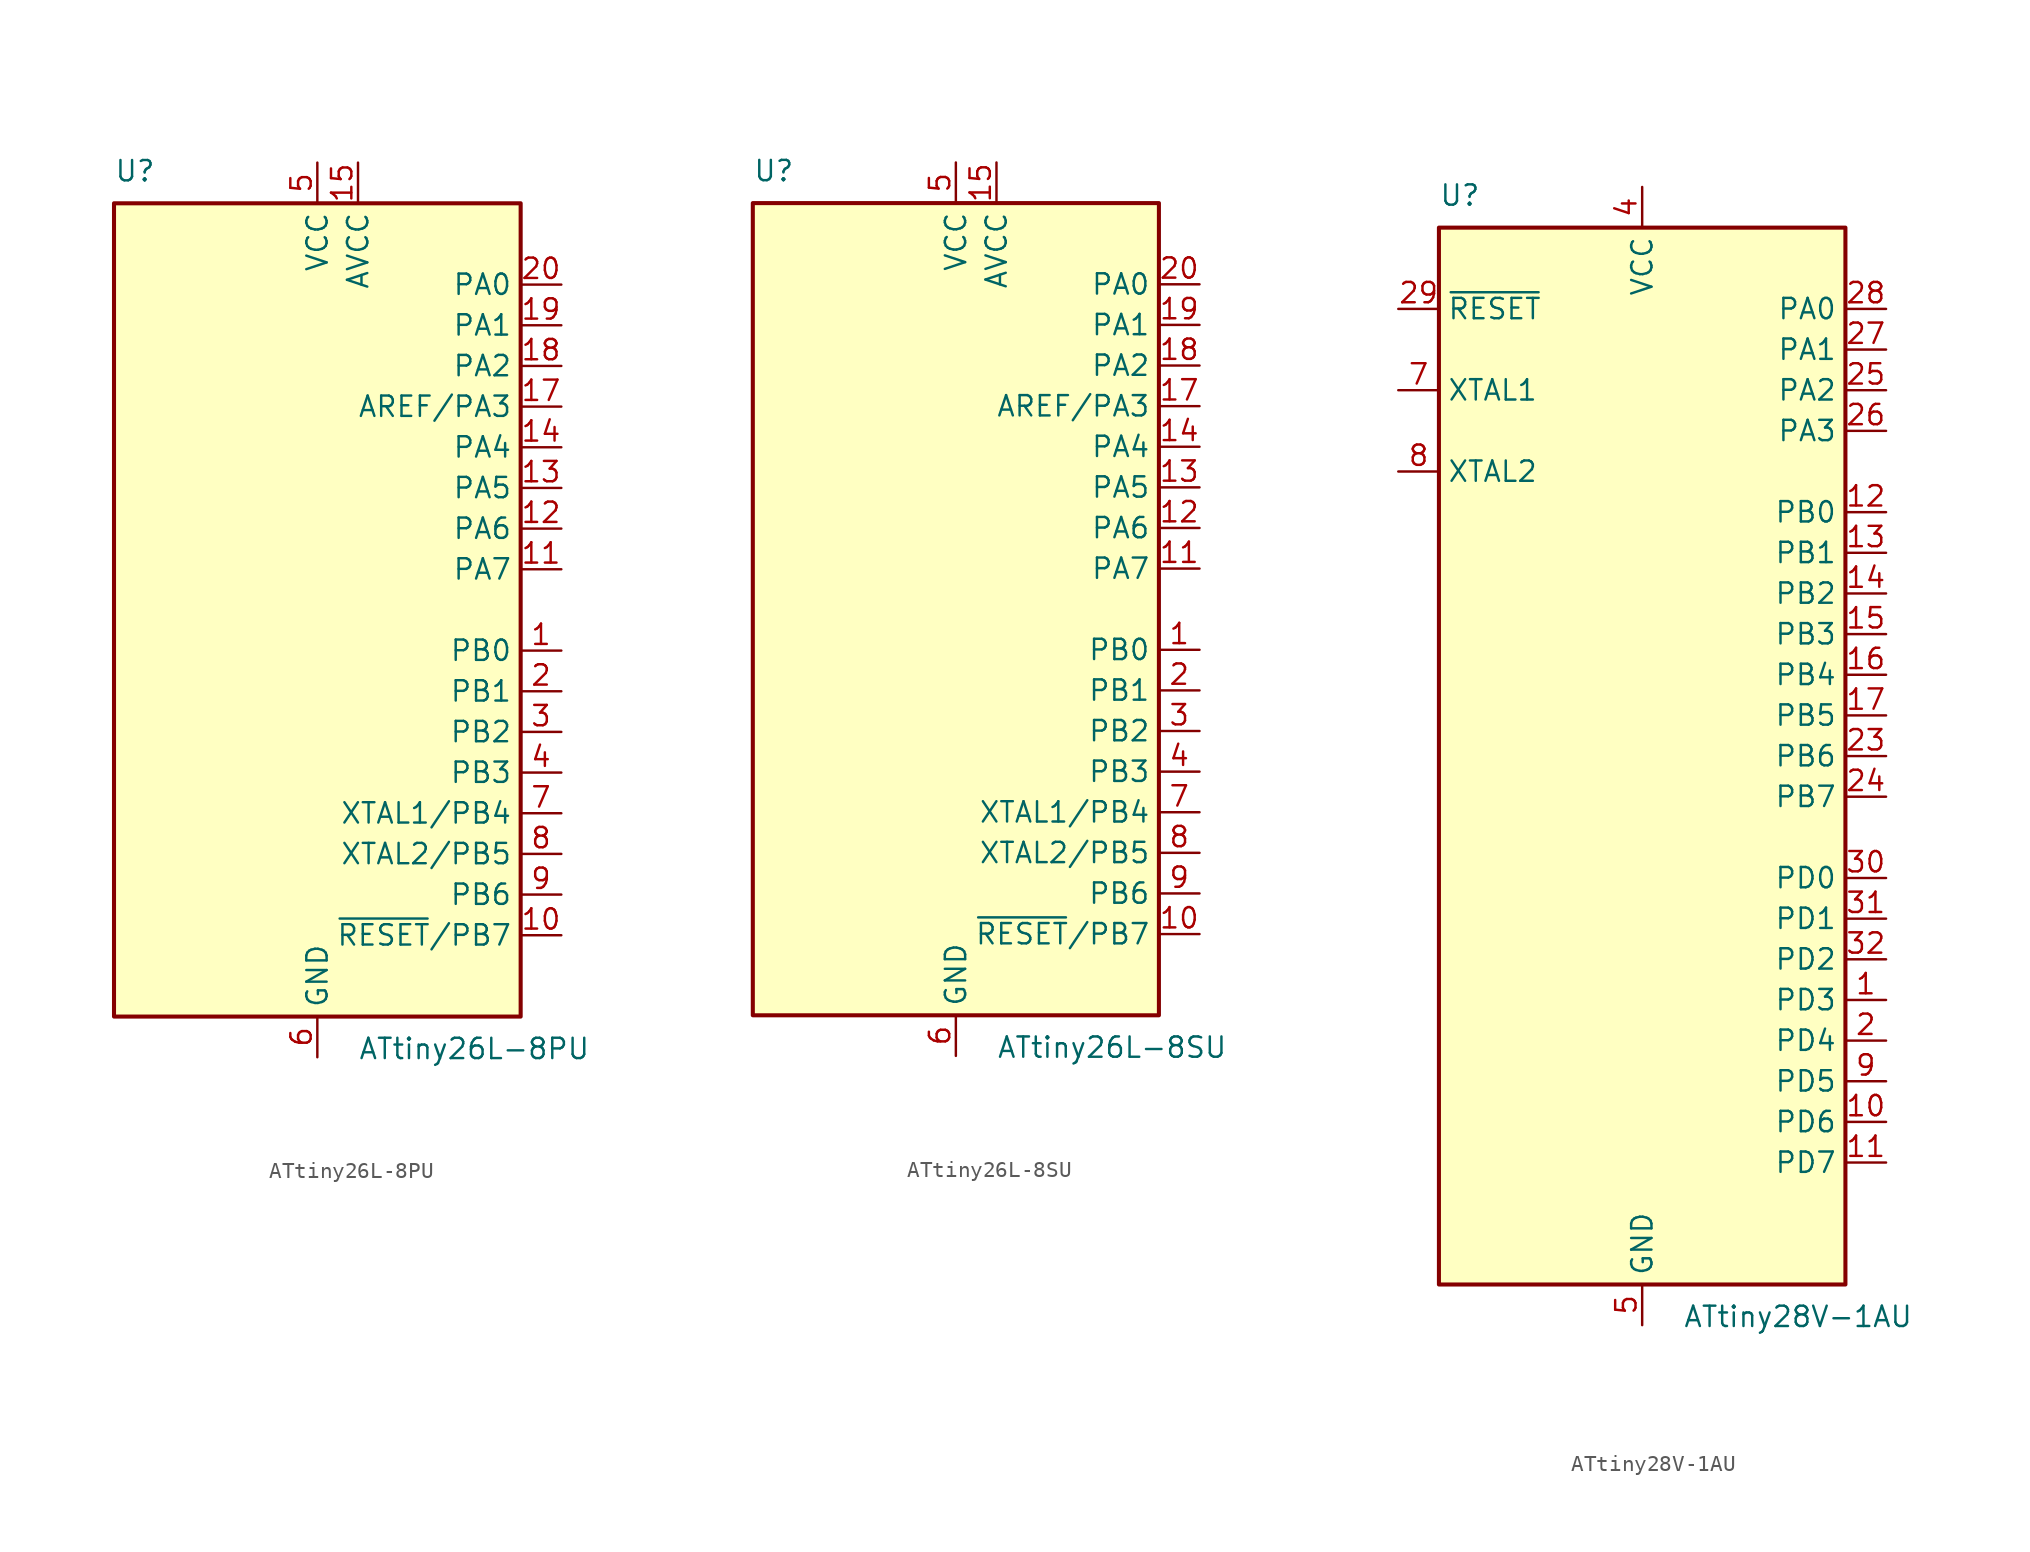
<source format=kicad_sym>
(kicad_symbol_lib
  (version 20211014)
  (generator kicad_symbol_editor)
  (symbol "ATtiny26L-8PU"
    (property "Reference" "U"
      (at -12.7 26.67 0)
      (effects (font (size 1.27 1.27)) (justify left bottom)))
    (property "Value" "ATtiny26L-8PU"
      (at 2.54 -26.67 0)
      (effects (font (size 1.27 1.27)) (justify left top)))
    (symbol "ATtiny26L-8PU_0_1"
      (rectangle (start -12.7 -25.4) (end 12.7 25.4) (stroke (width 0.254) (type default) (color 0 0 0 0)) (fill (type background))))
    (symbol "ATtiny26L-8PU_1_1"
      (pin bidirectional line (at 15.24 -2.54 180) (length 2.54) (name "PB0" (effects (font (size 1.27 1.27)))) (number "1" (effects (font (size 1.27 1.27)))))
      (pin bidirectional line (at 15.24 -20.32 180) (length 2.54) (name "~{RESET}/PB7" (effects (font (size 1.27 1.27)))) (number "10" (effects (font (size 1.27 1.27)))))
      (pin bidirectional line (at 15.24 2.54 180) (length 2.54) (name "PA7" (effects (font (size 1.27 1.27)))) (number "11" (effects (font (size 1.27 1.27)))))
      (pin bidirectional line (at 15.24 5.08 180) (length 2.54) (name "PA6" (effects (font (size 1.27 1.27)))) (number "12" (effects (font (size 1.27 1.27)))))
      (pin bidirectional line (at 15.24 7.62 180) (length 2.54) (name "PA5" (effects (font (size 1.27 1.27)))) (number "13" (effects (font (size 1.27 1.27)))))
      (pin bidirectional line (at 15.24 10.16 180) (length 2.54) (name "PA4" (effects (font (size 1.27 1.27)))) (number "14" (effects (font (size 1.27 1.27)))))
      (pin power_in line (at 2.54 27.94 270) (length 2.54) (name "AVCC" (effects (font (size 1.27 1.27)))) (number "15" (effects (font (size 1.27 1.27)))))
      (pin passive line (at 0 -27.94 90) (length 2.54) hide (name "GND" (effects (font (size 1.27 1.27)))) (number "16" (effects (font (size 1.27 1.27)))))
      (pin bidirectional line (at 15.24 12.7 180) (length 2.54) (name "AREF/PA3" (effects (font (size 1.27 1.27)))) (number "17" (effects (font (size 1.27 1.27)))))
      (pin bidirectional line (at 15.24 15.24 180) (length 2.54) (name "PA2" (effects (font (size 1.27 1.27)))) (number "18" (effects (font (size 1.27 1.27)))))
      (pin bidirectional line (at 15.24 17.78 180) (length 2.54) (name "PA1" (effects (font (size 1.27 1.27)))) (number "19" (effects (font (size 1.27 1.27)))))
      (pin bidirectional line (at 15.24 -5.08 180) (length 2.54) (name "PB1" (effects (font (size 1.27 1.27)))) (number "2" (effects (font (size 1.27 1.27)))))
      (pin bidirectional line (at 15.24 20.32 180) (length 2.54) (name "PA0" (effects (font (size 1.27 1.27)))) (number "20" (effects (font (size 1.27 1.27)))))
      (pin bidirectional line (at 15.24 -7.62 180) (length 2.54) (name "PB2" (effects (font (size 1.27 1.27)))) (number "3" (effects (font (size 1.27 1.27)))))
      (pin bidirectional line (at 15.24 -10.16 180) (length 2.54) (name "PB3" (effects (font (size 1.27 1.27)))) (number "4" (effects (font (size 1.27 1.27)))))
      (pin power_in line (at 0 27.94 270) (length 2.54) (name "VCC" (effects (font (size 1.27 1.27)))) (number "5" (effects (font (size 1.27 1.27)))))
      (pin power_in line (at 0 -27.94 90) (length 2.54) (name "GND" (effects (font (size 1.27 1.27)))) (number "6" (effects (font (size 1.27 1.27)))))
      (pin bidirectional line (at 15.24 -12.7 180) (length 2.54) (name "XTAL1/PB4" (effects (font (size 1.27 1.27)))) (number "7" (effects (font (size 1.27 1.27)))))
      (pin bidirectional line (at 15.24 -15.24 180) (length 2.54) (name "XTAL2/PB5" (effects (font (size 1.27 1.27)))) (number "8" (effects (font (size 1.27 1.27)))))
      (pin bidirectional line (at 15.24 -17.78 180) (length 2.54) (name "PB6" (effects (font (size 1.27 1.27)))) (number "9" (effects (font (size 1.27 1.27)))))))
  (symbol "ATtiny26L-8SU"
    (property "Reference" "U"
      (at -12.7 26.67 0)
      (effects (font (size 1.27 1.27)) (justify left bottom)))
    (property "Value" "ATtiny26L-8SU"
      (at 2.54 -26.67 0)
      (effects (font (size 1.27 1.27)) (justify left top)))
    (symbol "ATtiny26L-8SU_0_1"
      (rectangle (start -12.7 -25.4) (end 12.7 25.4) (stroke (width 0.254) (type default) (color 0 0 0 0)) (fill (type background))))
    (symbol "ATtiny26L-8SU_1_1"
      (pin bidirectional line (at 15.24 -2.54 180) (length 2.54) (name "PB0" (effects (font (size 1.27 1.27)))) (number "1" (effects (font (size 1.27 1.27)))))
      (pin bidirectional line (at 15.24 -20.32 180) (length 2.54) (name "~{RESET}/PB7" (effects (font (size 1.27 1.27)))) (number "10" (effects (font (size 1.27 1.27)))))
      (pin bidirectional line (at 15.24 2.54 180) (length 2.54) (name "PA7" (effects (font (size 1.27 1.27)))) (number "11" (effects (font (size 1.27 1.27)))))
      (pin bidirectional line (at 15.24 5.08 180) (length 2.54) (name "PA6" (effects (font (size 1.27 1.27)))) (number "12" (effects (font (size 1.27 1.27)))))
      (pin bidirectional line (at 15.24 7.62 180) (length 2.54) (name "PA5" (effects (font (size 1.27 1.27)))) (number "13" (effects (font (size 1.27 1.27)))))
      (pin bidirectional line (at 15.24 10.16 180) (length 2.54) (name "PA4" (effects (font (size 1.27 1.27)))) (number "14" (effects (font (size 1.27 1.27)))))
      (pin power_in line (at 2.54 27.94 270) (length 2.54) (name "AVCC" (effects (font (size 1.27 1.27)))) (number "15" (effects (font (size 1.27 1.27)))))
      (pin passive line (at 0 -27.94 90) (length 2.54) hide (name "GND" (effects (font (size 1.27 1.27)))) (number "16" (effects (font (size 1.27 1.27)))))
      (pin bidirectional line (at 15.24 12.7 180) (length 2.54) (name "AREF/PA3" (effects (font (size 1.27 1.27)))) (number "17" (effects (font (size 1.27 1.27)))))
      (pin bidirectional line (at 15.24 15.24 180) (length 2.54) (name "PA2" (effects (font (size 1.27 1.27)))) (number "18" (effects (font (size 1.27 1.27)))))
      (pin bidirectional line (at 15.24 17.78 180) (length 2.54) (name "PA1" (effects (font (size 1.27 1.27)))) (number "19" (effects (font (size 1.27 1.27)))))
      (pin bidirectional line (at 15.24 -5.08 180) (length 2.54) (name "PB1" (effects (font (size 1.27 1.27)))) (number "2" (effects (font (size 1.27 1.27)))))
      (pin bidirectional line (at 15.24 20.32 180) (length 2.54) (name "PA0" (effects (font (size 1.27 1.27)))) (number "20" (effects (font (size 1.27 1.27)))))
      (pin bidirectional line (at 15.24 -7.62 180) (length 2.54) (name "PB2" (effects (font (size 1.27 1.27)))) (number "3" (effects (font (size 1.27 1.27)))))
      (pin bidirectional line (at 15.24 -10.16 180) (length 2.54) (name "PB3" (effects (font (size 1.27 1.27)))) (number "4" (effects (font (size 1.27 1.27)))))
      (pin power_in line (at 0 27.94 270) (length 2.54) (name "VCC" (effects (font (size 1.27 1.27)))) (number "5" (effects (font (size 1.27 1.27)))))
      (pin power_in line (at 0 -27.94 90) (length 2.54) (name "GND" (effects (font (size 1.27 1.27)))) (number "6" (effects (font (size 1.27 1.27)))))
      (pin bidirectional line (at 15.24 -12.7 180) (length 2.54) (name "XTAL1/PB4" (effects (font (size 1.27 1.27)))) (number "7" (effects (font (size 1.27 1.27)))))
      (pin bidirectional line (at 15.24 -15.24 180) (length 2.54) (name "XTAL2/PB5" (effects (font (size 1.27 1.27)))) (number "8" (effects (font (size 1.27 1.27)))))
      (pin bidirectional line (at 15.24 -17.78 180) (length 2.54) (name "PB6" (effects (font (size 1.27 1.27)))) (number "9" (effects (font (size 1.27 1.27)))))))
  (symbol "ATtiny28V-1AU"
    (property "Reference" "U"
      (at -12.7 34.29 0)
      (effects (font (size 1.27 1.27)) (justify left bottom)))
    (property "Value" "ATtiny28V-1AU"
      (at 2.54 -34.29 0)
      (effects (font (size 1.27 1.27)) (justify left top)))
    (symbol "ATtiny28V-1AU_0_1"
      (rectangle (start -12.7 -33.02) (end 12.7 33.02) (stroke (width 0.254) (type default) (color 0 0 0 0)) (fill (type background))))
    (symbol "ATtiny28V-1AU_1_1"
      (pin bidirectional line (at 15.24 -15.24 180) (length 2.54) (name "PD3" (effects (font (size 1.27 1.27)))) (number "1" (effects (font (size 1.27 1.27)))))
      (pin bidirectional line (at 15.24 -22.86 180) (length 2.54) (name "PD6" (effects (font (size 1.27 1.27)))) (number "10" (effects (font (size 1.27 1.27)))))
      (pin bidirectional line (at 15.24 -25.4 180) (length 2.54) (name "PD7" (effects (font (size 1.27 1.27)))) (number "11" (effects (font (size 1.27 1.27)))))
      (pin bidirectional line (at 15.24 15.24 180) (length 2.54) (name "PB0" (effects (font (size 1.27 1.27)))) (number "12" (effects (font (size 1.27 1.27)))))
      (pin bidirectional line (at 15.24 12.7 180) (length 2.54) (name "PB1" (effects (font (size 1.27 1.27)))) (number "13" (effects (font (size 1.27 1.27)))))
      (pin bidirectional line (at 15.24 10.16 180) (length 2.54) (name "PB2" (effects (font (size 1.27 1.27)))) (number "14" (effects (font (size 1.27 1.27)))))
      (pin bidirectional line (at 15.24 7.62 180) (length 2.54) (name "PB3" (effects (font (size 1.27 1.27)))) (number "15" (effects (font (size 1.27 1.27)))))
      (pin bidirectional line (at 15.24 5.08 180) (length 2.54) (name "PB4" (effects (font (size 1.27 1.27)))) (number "16" (effects (font (size 1.27 1.27)))))
      (pin bidirectional line (at 15.24 2.54 180) (length 2.54) (name "PB5" (effects (font (size 1.27 1.27)))) (number "17" (effects (font (size 1.27 1.27)))))
      (pin passive line (at 0 35.56 270) (length 2.54) hide (name "VCC" (effects (font (size 1.27 1.27)))) (number "18" (effects (font (size 1.27 1.27)))))
      (pin no_connect line (at -12.7 -25.4 0) (length 2.54) hide (name "NC" (effects (font (size 1.27 1.27)))) (number "19" (effects (font (size 1.27 1.27)))))
      (pin bidirectional line (at 15.24 -17.78 180) (length 2.54) (name "PD4" (effects (font (size 1.27 1.27)))) (number "2" (effects (font (size 1.27 1.27)))))
      (pin no_connect line (at -12.7 -27.94 0) (length 2.54) hide (name "NC" (effects (font (size 1.27 1.27)))) (number "20" (effects (font (size 1.27 1.27)))))
      (pin passive line (at 0 -35.56 90) (length 2.54) hide (name "GND" (effects (font (size 1.27 1.27)))) (number "21" (effects (font (size 1.27 1.27)))))
      (pin no_connect line (at -12.7 -30.48 0) (length 2.54) hide (name "NC" (effects (font (size 1.27 1.27)))) (number "22" (effects (font (size 1.27 1.27)))))
      (pin bidirectional line (at 15.24 0 180) (length 2.54) (name "PB6" (effects (font (size 1.27 1.27)))) (number "23" (effects (font (size 1.27 1.27)))))
      (pin bidirectional line (at 15.24 -2.54 180) (length 2.54) (name "PB7" (effects (font (size 1.27 1.27)))) (number "24" (effects (font (size 1.27 1.27)))))
      (pin bidirectional line (at 15.24 22.86 180) (length 2.54) (name "PA2" (effects (font (size 1.27 1.27)))) (number "25" (effects (font (size 1.27 1.27)))))
      (pin bidirectional line (at 15.24 20.32 180) (length 2.54) (name "PA3" (effects (font (size 1.27 1.27)))) (number "26" (effects (font (size 1.27 1.27)))))
      (pin bidirectional line (at 15.24 25.4 180) (length 2.54) (name "PA1" (effects (font (size 1.27 1.27)))) (number "27" (effects (font (size 1.27 1.27)))))
      (pin bidirectional line (at 15.24 27.94 180) (length 2.54) (name "PA0" (effects (font (size 1.27 1.27)))) (number "28" (effects (font (size 1.27 1.27)))))
      (pin input line (at -15.24 27.94 0) (length 2.54) (name "~{RESET}" (effects (font (size 1.27 1.27)))) (number "29" (effects (font (size 1.27 1.27)))))
      (pin no_connect line (at -12.7 -20.32 0) (length 2.54) hide (name "NC" (effects (font (size 1.27 1.27)))) (number "3" (effects (font (size 1.27 1.27)))))
      (pin bidirectional line (at 15.24 -7.62 180) (length 2.54) (name "PD0" (effects (font (size 1.27 1.27)))) (number "30" (effects (font (size 1.27 1.27)))))
      (pin bidirectional line (at 15.24 -10.16 180) (length 2.54) (name "PD1" (effects (font (size 1.27 1.27)))) (number "31" (effects (font (size 1.27 1.27)))))
      (pin bidirectional line (at 15.24 -12.7 180) (length 2.54) (name "PD2" (effects (font (size 1.27 1.27)))) (number "32" (effects (font (size 1.27 1.27)))))
      (pin power_in line (at 0 35.56 270) (length 2.54) (name "VCC" (effects (font (size 1.27 1.27)))) (number "4" (effects (font (size 1.27 1.27)))))
      (pin power_in line (at 0 -35.56 90) (length 2.54) (name "GND" (effects (font (size 1.27 1.27)))) (number "5" (effects (font (size 1.27 1.27)))))
      (pin no_connect line (at -12.7 -22.86 0) (length 2.54) hide (name "NC" (effects (font (size 1.27 1.27)))) (number "6" (effects (font (size 1.27 1.27)))))
      (pin input line (at -15.24 22.86 0) (length 2.54) (name "XTAL1" (effects (font (size 1.27 1.27)))) (number "7" (effects (font (size 1.27 1.27)))))
      (pin output line (at -15.24 17.78 0) (length 2.54) (name "XTAL2" (effects (font (size 1.27 1.27)))) (number "8" (effects (font (size 1.27 1.27)))))
      (pin bidirectional line (at 15.24 -20.32 180) (length 2.54) (name "PD5" (effects (font (size 1.27 1.27)))) (number "9" (effects (font (size 1.27 1.27))))))))
</source>
